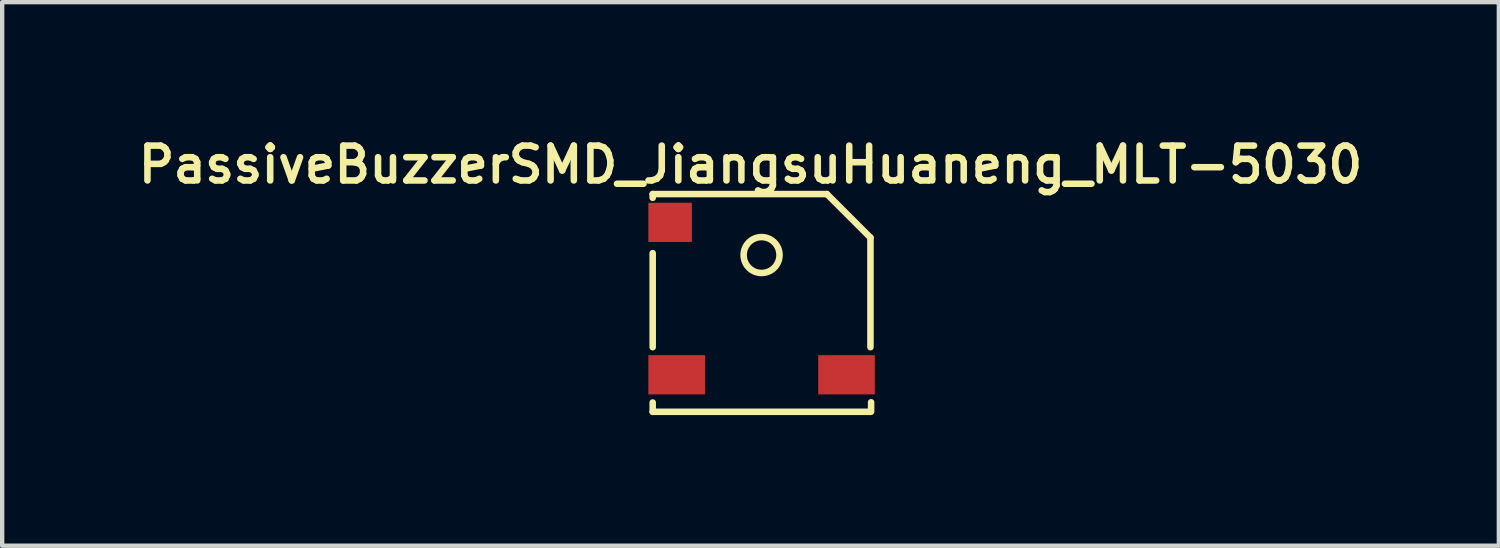
<source format=kicad_pcb>
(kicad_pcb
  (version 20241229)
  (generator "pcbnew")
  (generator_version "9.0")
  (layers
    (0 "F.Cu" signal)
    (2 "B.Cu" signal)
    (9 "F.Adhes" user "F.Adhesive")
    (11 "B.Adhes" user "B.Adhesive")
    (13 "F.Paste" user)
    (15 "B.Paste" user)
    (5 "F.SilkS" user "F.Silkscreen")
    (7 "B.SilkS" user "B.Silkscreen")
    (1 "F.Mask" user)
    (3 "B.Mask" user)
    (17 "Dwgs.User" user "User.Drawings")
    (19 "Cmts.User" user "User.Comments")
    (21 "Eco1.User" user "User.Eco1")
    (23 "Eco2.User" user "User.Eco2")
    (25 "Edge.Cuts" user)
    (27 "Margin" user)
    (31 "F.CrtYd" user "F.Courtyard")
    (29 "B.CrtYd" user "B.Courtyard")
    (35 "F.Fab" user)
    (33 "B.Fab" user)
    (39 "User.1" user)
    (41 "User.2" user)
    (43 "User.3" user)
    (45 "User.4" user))
  (footprint "PassiveBuzzerSMD_JiangsuHuaneng_MLT-5030"
    (layer "F.Cu")
    (at 14.437 3.906)
    (property "Reference" "PassiveBuzzerSMD_JiangsuHuaneng_MLT-5030" (at -0.254 -3.175 0) (layer "F.SilkS") (effects (font (size 0.8 0.8) (thickness 0.15))))
    (attr through_hole)
    (fp_line (start -2.5 -2.5) (end -2.5 -2.413) (stroke (width 0.15) (type solid)) (layer "F.SilkS"))
    (fp_line (start -2.5 -1.143) (end -2.5 1.016) (stroke (width 0.15) (type solid)) (layer "F.SilkS"))
    (fp_line (start -2.5 2.286) (end -2.5 2.5) (stroke (width 0.15) (type solid)) (layer "F.SilkS"))
    (fp_line (start -2.5 2.5) (end 2.5 2.5) (stroke (width 0.15) (type solid)) (layer "F.SilkS"))
    (fp_line (start 1.5 -2.5) (end -2.5 -2.5) (stroke (width 0.15) (type solid)) (layer "F.SilkS"))
    (fp_line (start 2.5 -1.5) (end 1.5 -2.5) (stroke (width 0.15) (type solid)) (layer "F.SilkS"))
    (fp_line (start 2.5 1.016) (end 2.5 -1.5) (stroke (width 0.15) (type solid)) (layer "F.SilkS"))
    (fp_line (start 2.515 2.281) (end 2.515 2.495) (stroke (width 0.15) (type solid)) (layer "F.SilkS"))
    (fp_circle (center 0 -1.1) (end 0.4 -1) (stroke (width 0.15) (type solid)) (fill no) (layer "F.SilkS"))
    (pad "" smd rect (at -2.1 -1.85) (size 1 0.9) (layers "F.Cu" "F.Mask" "F.Paste"))
    (pad "1" smd rect (at -1.95 1.65) (size 1.3 0.9) (layers "F.Cu" "F.Mask" "F.Paste"))
    (pad "2" smd rect (at 1.95 1.65) (size 1.3 0.9) (layers "F.Cu" "F.Mask" "F.Paste")))
  (gr_rect
    (start -3 -3)
    (end 31.366 9.481)
    (stroke (width 0.1) (type default))
    (fill no)
    (layer "Edge.Cuts")))
</source>
